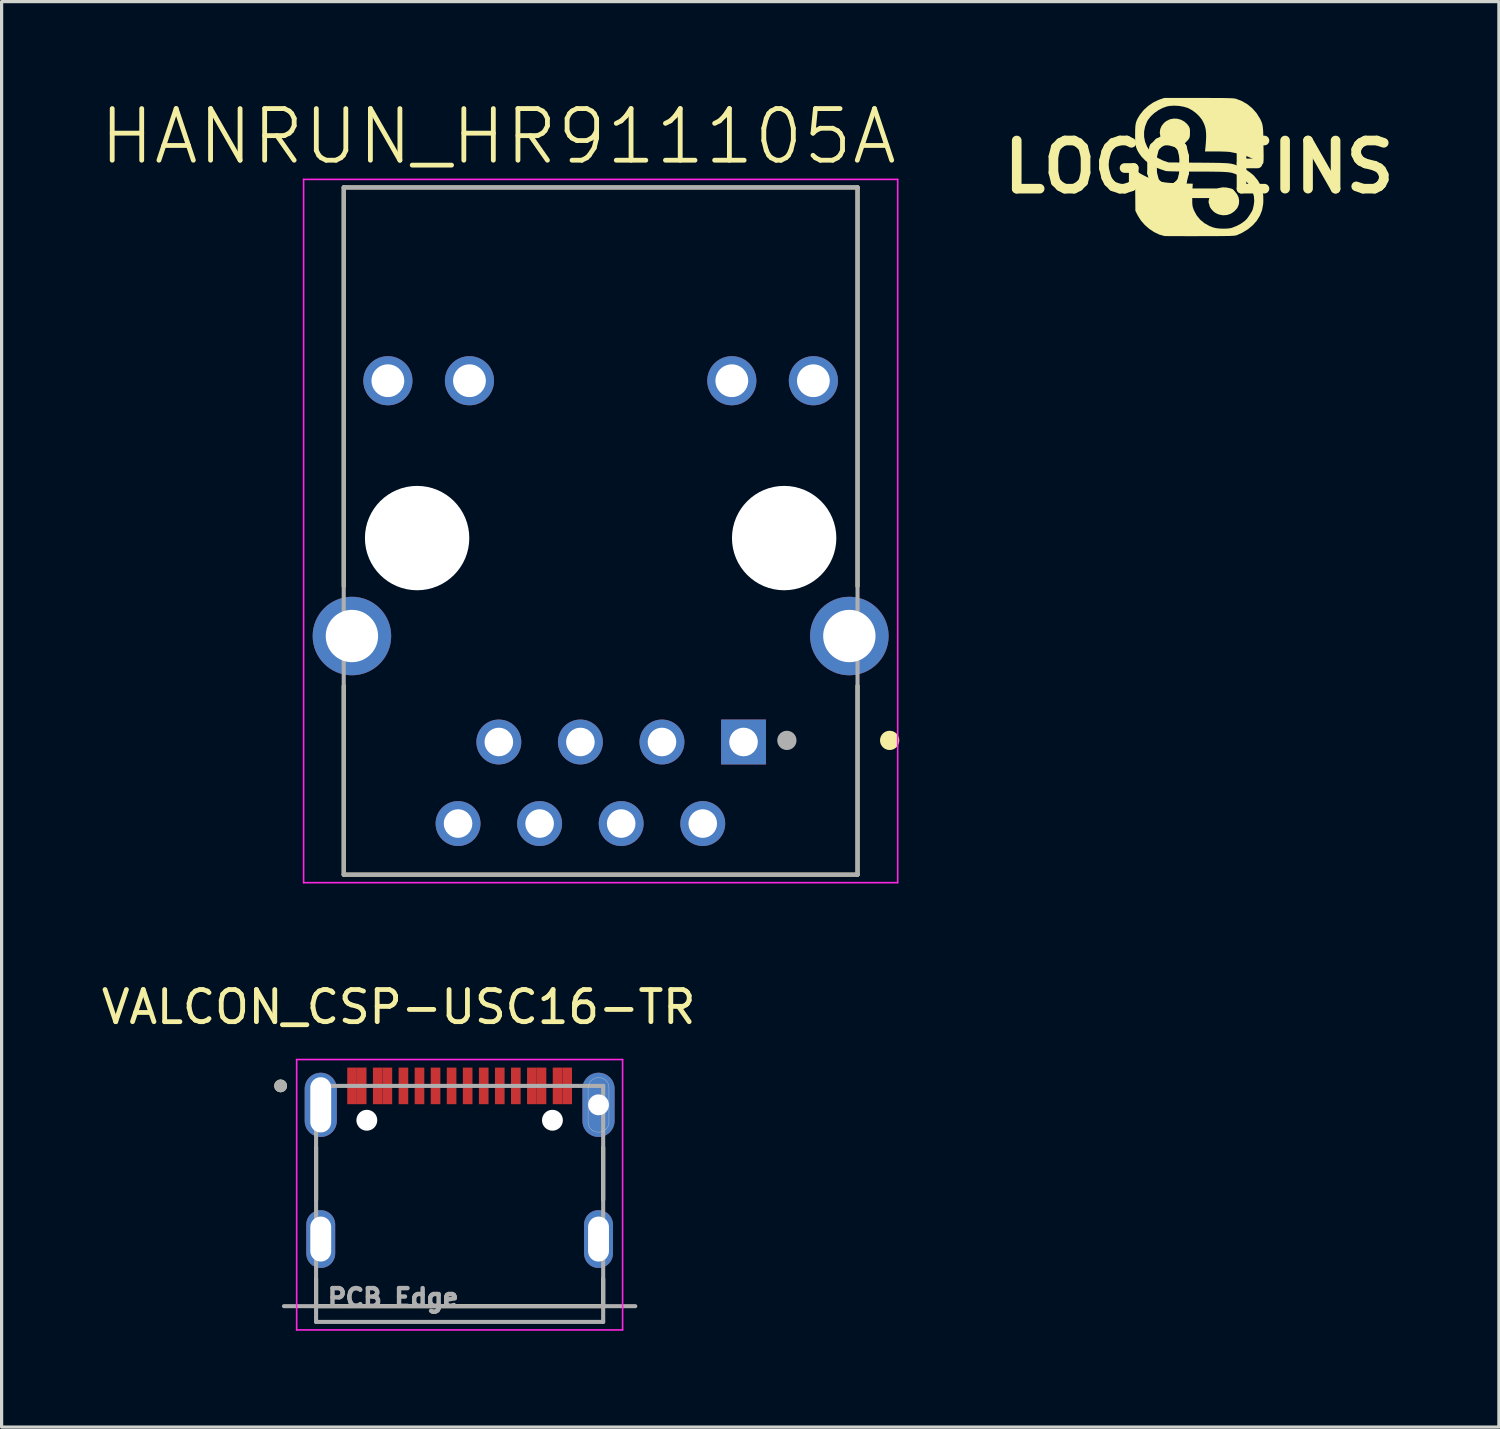
<source format=kicad_pcb>
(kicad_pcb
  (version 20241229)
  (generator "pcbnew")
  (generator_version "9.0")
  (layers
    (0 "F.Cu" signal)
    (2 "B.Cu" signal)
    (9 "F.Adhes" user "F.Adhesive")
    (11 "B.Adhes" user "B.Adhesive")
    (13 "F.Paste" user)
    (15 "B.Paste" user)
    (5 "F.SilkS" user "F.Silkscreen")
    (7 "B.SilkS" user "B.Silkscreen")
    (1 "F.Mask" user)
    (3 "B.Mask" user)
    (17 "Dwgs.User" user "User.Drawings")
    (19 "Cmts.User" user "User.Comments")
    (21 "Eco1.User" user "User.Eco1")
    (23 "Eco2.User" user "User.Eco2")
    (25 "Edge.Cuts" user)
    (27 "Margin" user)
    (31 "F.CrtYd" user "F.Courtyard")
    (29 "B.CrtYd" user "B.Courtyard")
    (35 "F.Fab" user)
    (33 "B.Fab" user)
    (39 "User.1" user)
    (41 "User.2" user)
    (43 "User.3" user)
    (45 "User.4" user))
  (footprint "VALCON_CSP-USC16-TR"
    (layer "F.Cu")
    (at 11.263 30.765)
    (property "Reference" "VALCON_CSP-USC16-TR" (at -1.9 -2.455 0) (layer "F.SilkS") (effects (font (size 1 1) (thickness 0.15))))
    (attr smd)
    (fp_line (start -4.47 1.91) (end -4.47 3.55) (stroke (width 0.127) (type solid)) (layer "F.SilkS"))
    (fp_line (start -4.47 6.86) (end -4.47 6) (stroke (width 0.127) (type solid)) (layer "F.SilkS"))
    (fp_line (start -4.47 6.86) (end 4.47 6.86) (stroke (width 0.127) (type solid)) (layer "F.SilkS"))
    (fp_line (start 4.47 1.91) (end 4.47 3.55) (stroke (width 0.127) (type solid)) (layer "F.SilkS"))
    (fp_line (start 4.47 6.86) (end 4.47 6) (stroke (width 0.127) (type solid)) (layer "F.SilkS"))
    (fp_circle (center -5.575 0) (end -5.475 0) (stroke (width 0.2) (type solid)) (fill no) (layer "F.SilkS"))
    (fp_line (start 4 1.14) (end 4 0.09) (stroke (width 0.01) (type solid)) (layer "Edge.Cuts"))
    (fp_line (start 4.65 0.04) (end 4.65 1.14) (stroke (width 0.01) (type solid)) (layer "Edge.Cuts"))
    (fp_arc (start 4 0.09) (mid 4.087513 -0.151274) (end 4.32 -0.26) (stroke (width 0.01) (type solid)) (layer "Edge.Cuts"))
    (fp_arc (start 4.32 -0.26) (mid 4.547132 -0.178345) (end 4.65 0.04) (stroke (width 0.01) (type solid)) (layer "Edge.Cuts"))
    (fp_arc (start 4.32 1.44) (mid 4.097868 1.356274) (end 4 1.14) (stroke (width 0.01) (type solid)) (layer "Edge.Cuts"))
    (fp_arc (start 4.65 1.14) (mid 4.547132 1.358345) (end 4.32 1.44) (stroke (width 0.01) (type solid)) (layer "Edge.Cuts"))
    (fp_line (start -5.075 -0.82) (end -5.075 7.6) (stroke (width 0.05) (type solid)) (layer "F.CrtYd"))
    (fp_line (start -5.075 7.6) (end 5.075 7.6) (stroke (width 0.05) (type solid)) (layer "F.CrtYd"))
    (fp_line (start 5.075 -0.82) (end -5.075 -0.82) (stroke (width 0.05) (type solid)) (layer "F.CrtYd"))
    (fp_line (start 5.075 7.6) (end 5.075 -0.82) (stroke (width 0.05) (type solid)) (layer "F.CrtYd"))
    (fp_line (start -5.47 6.86) (end 5.47 6.86) (stroke (width 0.127) (type solid)) (layer "F.Fab"))
    (fp_line (start -4.47 0) (end -4.47 7.35) (stroke (width 0.127) (type solid)) (layer "F.Fab"))
    (fp_line (start -4.47 7.35) (end 4.47 7.35) (stroke (width 0.127) (type solid)) (layer "F.Fab"))
    (fp_line (start 4.47 0) (end -4.47 0) (stroke (width 0.127) (type solid)) (layer "F.Fab"))
    (fp_line (start 4.47 7.35) (end 4.47 0) (stroke (width 0.127) (type solid)) (layer "F.Fab"))
    (fp_circle (center -5.575 0) (end -5.475 0) (stroke (width 0.2) (type solid)) (fill no) (layer "F.Fab"))
    (fp_text user "PCB Edge" (at -2.07 6.6 0) (layer "F.Fab") (effects (font (size 0.551 0.551) (thickness 0.138))))
    (pad "" np_thru_hole circle (at -2.89 1.07) (size 0.65 0.65) (drill 0.65) (layers "*.Cu" "*.Mask"))
    (pad "" np_thru_hole circle (at 2.89 1.07) (size 0.65 0.65) (drill 0.65) (layers "*.Cu" "*.Mask"))
    (pad "A1" smd rect (at -3.35 0) (size 0.3 1.14) (layers "F.Cu" "F.Mask" "F.Paste"))
    (pad "A4" smd rect (at -2.55 0) (size 0.3 1.14) (layers "F.Cu" "F.Mask" "F.Paste"))
    (pad "A5" smd rect (at -1.25 0) (size 0.3 1.14) (layers "F.Cu" "F.Mask" "F.Paste"))
    (pad "A6" smd rect (at -0.25 0) (size 0.3 1.14) (layers "F.Cu" "F.Mask" "F.Paste"))
    (pad "A7" smd rect (at 0.25 0) (size 0.3 1.14) (layers "F.Cu" "F.Mask" "F.Paste"))
    (pad "A8" smd rect (at 1.25 0) (size 0.3 1.14) (layers "F.Cu" "F.Mask" "F.Paste"))
    (pad "A9" smd rect (at 2.55 0) (size 0.3 1.14) (layers "F.Cu" "F.Mask" "F.Paste"))
    (pad "A12" smd rect (at 3.35 0) (size 0.3 1.14) (layers "F.Cu" "F.Mask" "F.Paste"))
    (pad "B1" smd rect (at 3.05 0) (size 0.3 1.14) (layers "F.Cu" "F.Mask" "F.Paste"))
    (pad "B4" smd rect (at 2.25 0) (size 0.3 1.14) (layers "F.Cu" "F.Mask" "F.Paste"))
    (pad "B5" smd rect (at 1.75 0) (size 0.3 1.14) (layers "F.Cu" "F.Mask" "F.Paste"))
    (pad "B6" smd rect (at 0.75 0) (size 0.3 1.14) (layers "F.Cu" "F.Mask" "F.Paste"))
    (pad "B7" smd rect (at -0.75 0) (size 0.3 1.14) (layers "F.Cu" "F.Mask" "F.Paste"))
    (pad "B8" smd rect (at -1.75 0) (size 0.3 1.14) (layers "F.Cu" "F.Mask" "F.Paste"))
    (pad "B9" smd rect (at -2.25 0) (size 0.3 1.14) (layers "F.Cu" "F.Mask" "F.Paste"))
    (pad "B12" smd rect (at -3.05 0) (size 0.3 1.14) (layers "F.Cu" "F.Mask" "F.Paste"))
    (pad "S1" thru_hole oval (at -4.325 0.59) (size 1 2) (drill oval 0.65 1.72) (layers "*.Cu" "*.Mask"))
    (pad "S2" thru_hole oval (at 4.325 0.59) (size 1 2) (drill 0.65) (layers "*.Cu" "*.Mask"))
    (pad "S3" thru_hole oval (at -4.325 4.77) (size 0.9 1.8) (drill oval 0.65 1.4) (layers "*.Cu" "*.Mask"))
    (pad "S4" thru_hole oval (at 4.325 4.77) (size 0.9 1.8) (drill oval 0.65 1.4) (layers "*.Cu" "*.Mask")))
  (footprint "HANRUN_HR911105A"
    (layer "F.Cu")
    (at 15.654 13.706)
    (property "Reference" "HANRUN_HR911105A" (at -3.188 -12.503 0) (layer "F.SilkS") (effects (font (size 1.608 1.608) (thickness 0.15))))
    (attr through_hole)
    (fp_line (start -8 -10.92) (end -8 1.5) (stroke (width 0.127) (type solid)) (layer "F.SilkS"))
    (fp_line (start -8 4.6) (end -8 10.48) (stroke (width 0.127) (type solid)) (layer "F.SilkS"))
    (fp_line (start 8 -10.92) (end -8 -10.92) (stroke (width 0.127) (type solid)) (layer "F.SilkS"))
    (fp_line (start 8 -10.92) (end 8 1.5) (stroke (width 0.127) (type solid)) (layer "F.SilkS"))
    (fp_line (start 8 4.6) (end 8 10.48) (stroke (width 0.127) (type solid)) (layer "F.SilkS"))
    (fp_line (start 8 10.48) (end -8 10.48) (stroke (width 0.127) (type solid)) (layer "F.SilkS"))
    (fp_circle (center 9 6.3) (end 9.15 6.3) (stroke (width 0.3) (type solid)) (fill no) (layer "F.SilkS"))
    (fp_line (start -9.25 -11.17) (end -9.25 10.73) (stroke (width 0.05) (type solid)) (layer "F.CrtYd"))
    (fp_line (start -9.25 10.73) (end 9.25 10.73) (stroke (width 0.05) (type solid)) (layer "F.CrtYd"))
    (fp_line (start 9.25 -11.17) (end -9.25 -11.17) (stroke (width 0.05) (type solid)) (layer "F.CrtYd"))
    (fp_line (start 9.25 10.73) (end 9.25 -11.17) (stroke (width 0.05) (type solid)) (layer "F.CrtYd"))
    (fp_line (start -8 -10.92) (end -8 10.48) (stroke (width 0.127) (type solid)) (layer "F.Fab"))
    (fp_line (start -8 10.48) (end 8 10.48) (stroke (width 0.127) (type solid)) (layer "F.Fab"))
    (fp_line (start 8 -10.92) (end -8 -10.92) (stroke (width 0.127) (type solid)) (layer "F.Fab"))
    (fp_line (start 8 10.48) (end 8 -10.92) (stroke (width 0.127) (type solid)) (layer "F.Fab"))
    (fp_circle (center 5.8 6.3) (end 5.95 6.3) (stroke (width 0.3) (type solid)) (fill no) (layer "F.Fab"))
    (pad "" np_thru_hole circle (at -5.715 0) (size 3.25 3.25) (drill 3.25) (layers "*.Cu" "*.Mask"))
    (pad "" np_thru_hole circle (at 5.715 0) (size 3.25 3.25) (drill 3.25) (layers "*.Cu" "*.Mask"))
    (pad "1" thru_hole rect (at 4.45 6.35) (size 1.398 1.398) (drill 0.89) (layers "*.Cu" "*.Mask"))
    (pad "2" thru_hole circle (at 3.18 8.89) (size 1.398 1.398) (drill 0.89) (layers "*.Cu" "*.Mask"))
    (pad "3" thru_hole circle (at 1.91 6.35) (size 1.398 1.398) (drill 0.89) (layers "*.Cu" "*.Mask"))
    (pad "4" thru_hole circle (at 0.64 8.89) (size 1.398 1.398) (drill 0.89) (layers "*.Cu" "*.Mask"))
    (pad "5" thru_hole circle (at -0.63 6.35) (size 1.398 1.398) (drill 0.89) (layers "*.Cu" "*.Mask"))
    (pad "6" thru_hole circle (at -1.9 8.89) (size 1.398 1.398) (drill 0.89) (layers "*.Cu" "*.Mask"))
    (pad "7" thru_hole circle (at -3.17 6.35) (size 1.398 1.398) (drill 0.89) (layers "*.Cu" "*.Mask"))
    (pad "8" thru_hole circle (at -4.44 8.89) (size 1.398 1.398) (drill 0.89) (layers "*.Cu" "*.Mask"))
    (pad "9" thru_hole circle (at 6.625 -4.9) (size 1.53 1.53) (drill 1.02) (layers "*.Cu" "*.Mask"))
    (pad "10" thru_hole circle (at 4.085 -4.9) (size 1.53 1.53) (drill 1.02) (layers "*.Cu" "*.Mask"))
    (pad "11" thru_hole circle (at -4.085 -4.9) (size 1.53 1.53) (drill 1.02) (layers "*.Cu" "*.Mask"))
    (pad "12" thru_hole circle (at -6.625 -4.9) (size 1.53 1.53) (drill 1.02) (layers "*.Cu" "*.Mask"))
    (pad "15" thru_hole circle (at 7.745 3.05) (size 2.445 2.445) (drill 1.63) (layers "*.Cu" "*.Mask"))
    (pad "16" thru_hole circle (at -7.745 3.05) (size 2.445 2.445) (drill 1.63) (layers "*.Cu" "*.Mask")))
  (footprint "LOGO_EINS"
    (layer "F.Cu")
    (at 34.29 2.147)
    (property "Reference" "LOGO_EINS" (at 0 0 0) (layer "F.SilkS") (effects (font (size 1.5 1.5) (thickness 0.3))))
    (attr board_only exclude_from_pos_files exclude_from_bom)
    (fp_poly (pts (xy 0.861 0.643) (xy 0.917 0.656) (xy 1.026 0.702) (xy 1.117 0.77) (xy 1.185 0.855) (xy 1.23 0.951) (xy 1.248 1.054) (xy 1.24 1.159) (xy 1.201 1.26) (xy 1.178 1.296) (xy 1.09 1.391) (xy 0.986 1.459) (xy 0.869 1.499) (xy 0.745 1.507) (xy 0.624 1.485) (xy 0.56 1.46) (xy 0.498 1.426) (xy 0.49 1.421) (xy 0.44 1.38) (xy 0.392 1.328) (xy 0.353 1.276) (xy 0.33 1.232) (xy 0.327 1.216) (xy 0.319 1.178) (xy 0.306 1.143) (xy 0.296 1.106) (xy 0.298 1.059) (xy 0.309 1) (xy 0.353 0.883) (xy 0.422 0.785) (xy 0.511 0.709) (xy 0.617 0.659) (xy 0.735 0.636)) (stroke (width 0) (type solid)) (fill yes) (layer "F.SilkS"))
    (fp_poly (pts (xy -0.678 -1.5) (xy -0.563 -1.468) (xy -0.457 -1.41) (xy -0.368 -1.329) (xy -0.341 -1.293) (xy -0.312 -1.25) (xy -0.296 -1.214) (xy -0.287 -1.174) (xy -0.284 -1.118) (xy -0.284 -1.065) (xy -0.286 -0.992) (xy -0.291 -0.942) (xy -0.302 -0.904) (xy -0.322 -0.869) (xy -0.341 -0.842) (xy -0.424 -0.755) (xy -0.531 -0.686) (xy -0.652 -0.642) (xy -0.652 -0.642) (xy -0.705 -0.63) (xy -0.743 -0.622) (xy -0.756 -0.621) (xy -0.776 -0.625) (xy -0.818 -0.635) (xy -0.85 -0.643) (xy -0.97 -0.684) (xy -1.06 -0.74) (xy -1.076 -0.754) (xy -1.157 -0.85) (xy -1.206 -0.955) (xy -1.224 -1.064) (xy -1.211 -1.172) (xy -1.168 -1.275) (xy -1.094 -1.368) (xy -1.02 -1.428) (xy -0.913 -1.481) (xy -0.797 -1.504)) (stroke (width 0) (type solid)) (fill yes) (layer "F.SilkS"))
    (fp_poly (pts (xy 0.211 -2.147) (xy 0.402 -2.146) (xy 0.565 -2.146) (xy 0.702 -2.145) (xy 0.814 -2.143) (xy 0.906 -2.141) (xy 0.979 -2.139) (xy 1.037 -2.136) (xy 1.081 -2.132) (xy 1.115 -2.128) (xy 1.141 -2.123) (xy 1.152 -2.12) (xy 1.336 -2.049) (xy 1.506 -1.949) (xy 1.659 -1.823) (xy 1.79 -1.674) (xy 1.896 -1.504) (xy 1.91 -1.477) (xy 1.932 -1.429) (xy 1.951 -1.385) (xy 1.965 -1.341) (xy 1.977 -1.292) (xy 1.985 -1.235) (xy 1.992 -1.165) (xy 1.997 -1.078) (xy 2 -0.97) (xy 2.003 -0.836) (xy 2.005 -0.672) (xy 2.005 -0.665) (xy 2.008 -0.503) (xy 2.01 -0.371) (xy 2.01 -0.269) (xy 2.008 -0.192) (xy 2.003 -0.138) (xy 1.994 -0.105) (xy 1.98 -0.089) (xy 1.961 -0.088) (xy 1.936 -0.099) (xy 1.904 -0.119) (xy 1.864 -0.145) (xy 1.861 -0.147) (xy 1.781 -0.194) (xy 1.68 -0.246) (xy 1.573 -0.296) (xy 1.503 -0.326) (xy 1.36 -0.375) (xy 1.184 -0.421) (xy 0.974 -0.462) (xy 0.969 -0.463) (xy 0.919 -0.469) (xy 0.842 -0.473) (xy 0.745 -0.477) (xy 0.637 -0.48) (xy 0.525 -0.481) (xy 0.184 -0.481) (xy 0.196 -0.588) (xy 0.212 -0.77) (xy 0.22 -0.923) (xy 0.218 -1.053) (xy 0.206 -1.166) (xy 0.183 -1.265) (xy 0.147 -1.358) (xy 0.1 -1.448) (xy 0.079 -1.482) (xy 0.001 -1.581) (xy -0.1 -1.678) (xy -0.214 -1.762) (xy -0.329 -1.825) (xy -0.352 -1.835) (xy -0.483 -1.874) (xy -0.629 -1.899) (xy -0.778 -1.907) (xy -0.919 -1.898) (xy -1.003 -1.882) (xy -1.139 -1.833) (xy -1.273 -1.762) (xy -1.398 -1.673) (xy -1.506 -1.572) (xy -1.591 -1.465) (xy -1.621 -1.413) (xy -1.683 -1.254) (xy -1.713 -1.093) (xy -1.712 -0.934) (xy -1.681 -0.78) (xy -1.622 -0.635) (xy -1.537 -0.501) (xy -1.426 -0.382) (xy -1.291 -0.281) (xy -1.133 -0.202) (xy -1.082 -0.183) (xy -0.953 -0.139) (xy -0.026 -0.131) (xy 0.185 -0.13) (xy 0.365 -0.128) (xy 0.516 -0.126) (xy 0.643 -0.124) (xy 0.748 -0.12) (xy 0.835 -0.116) (xy 0.907 -0.111) (xy 0.966 -0.104) (xy 1.017 -0.095) (xy 1.062 -0.085) (xy 1.105 -0.072) (xy 1.148 -0.057) (xy 1.185 -0.044) (xy 1.239 -0.024) (xy 1.284 -0.009) (xy 1.297 -0.005) (xy 1.345 0.017) (xy 1.412 0.055) (xy 1.489 0.104) (xy 1.567 0.159) (xy 1.639 0.214) (xy 1.696 0.263) (xy 1.711 0.278) (xy 1.827 0.417) (xy 1.912 0.563) (xy 1.969 0.719) (xy 1.998 0.889) (xy 2.001 1.078) (xy 1.994 1.172) (xy 1.96 1.351) (xy 1.893 1.52) (xy 1.797 1.676) (xy 1.671 1.818) (xy 1.518 1.944) (xy 1.339 2.053) (xy 1.196 2.118) (xy 1.177 2.126) (xy 1.157 2.132) (xy 1.134 2.137) (xy 1.105 2.142) (xy 1.066 2.145) (xy 1.016 2.148) (xy 0.952 2.151) (xy 0.87 2.152) (xy 0.768 2.154) (xy 0.644 2.155) (xy 0.495 2.156) (xy 0.318 2.156) (xy 0.109 2.157) (xy 0.034 2.157) (xy -0.156 2.158) (xy -0.336 2.158) (xy -0.504 2.157) (xy -0.657 2.157) (xy -0.791 2.157) (xy -0.904 2.156) (xy -0.991 2.155) (xy -1.051 2.154) (xy -1.08 2.152) (xy -1.082 2.152) (xy -1.242 2.107) (xy -1.4 2.031) (xy -1.551 1.931) (xy -1.69 1.81) (xy -1.81 1.672) (xy -1.906 1.522) (xy -1.92 1.495) (xy -1.984 1.367) (xy -1.989 0.752) (xy -1.99 0.585) (xy -1.991 0.449) (xy -1.991 0.342) (xy -1.989 0.261) (xy -1.985 0.203) (xy -1.977 0.166) (xy -1.965 0.146) (xy -1.949 0.14) (xy -1.927 0.147) (xy -1.899 0.163) (xy -1.865 0.186) (xy -1.851 0.195) (xy -1.797 0.227) (xy -1.731 0.262) (xy -1.662 0.297) (xy -1.597 0.328) (xy -1.545 0.35) (xy -1.513 0.36) (xy -1.51 0.361) (xy -1.482 0.368) (xy -1.464 0.377) (xy -1.417 0.396) (xy -1.343 0.419) (xy -1.249 0.444) (xy -1.141 0.47) (xy -1.13 0.472) (xy -1.053 0.485) (xy -0.949 0.496) (xy -0.815 0.504) (xy -0.65 0.511) (xy -0.597 0.513) (xy -0.197 0.524) (xy -0.206 0.687) (xy -0.21 0.779) (xy -0.212 0.887) (xy -0.213 0.995) (xy -0.213 1.039) (xy -0.212 1.127) (xy -0.207 1.191) (xy -0.198 1.244) (xy -0.182 1.295) (xy -0.158 1.357) (xy -0.158 1.357) (xy -0.074 1.512) (xy 0.036 1.645) (xy 0.171 1.756) (xy 0.33 1.844) (xy 0.451 1.889) (xy 0.537 1.908) (xy 0.643 1.92) (xy 0.757 1.924) (xy 0.869 1.921) (xy 0.967 1.91) (xy 1.023 1.896) (xy 1.173 1.838) (xy 1.31 1.764) (xy 1.425 1.68) (xy 1.474 1.632) (xy 1.512 1.587) (xy 1.555 1.526) (xy 1.598 1.46) (xy 1.636 1.397) (xy 1.662 1.346) (xy 1.671 1.322) (xy 1.682 1.277) (xy 1.696 1.221) (xy 1.699 1.211) (xy 1.718 1.069) (xy 1.708 0.923) (xy 1.669 0.778) (xy 1.605 0.638) (xy 1.519 0.509) (xy 1.412 0.395) (xy 1.287 0.301) (xy 1.202 0.255) (xy 1.154 0.233) (xy 1.11 0.214) (xy 1.067 0.199) (xy 1.021 0.186) (xy 0.969 0.175) (xy 0.909 0.167) (xy 0.837 0.161) (xy 0.75 0.156) (xy 0.645 0.152) (xy 0.518 0.15) (xy 0.368 0.148) (xy 0.19 0.147) (xy -0.019 0.147) (xy -0.077 0.147) (xy -0.317 0.146) (xy -0.522 0.144) (xy -0.693 0.142) (xy -0.831 0.139) (xy -0.935 0.136) (xy -1.006 0.132) (xy -1.043 0.127) (xy -1.048 0.126) (xy -1.087 0.111) (xy -1.145 0.091) (xy -1.194 0.076) (xy -1.362 0.01) (xy -1.522 -0.08) (xy -1.667 -0.19) (xy -1.789 -0.314) (xy -1.853 -0.401) (xy -1.9 -0.476) (xy -1.935 -0.544) (xy -1.96 -0.612) (xy -1.977 -0.685) (xy -1.987 -0.773) (xy -1.991 -0.881) (xy -1.992 -1.002) (xy -1.991 -1.134) (xy -1.986 -1.24) (xy -1.977 -1.325) (xy -1.96 -1.398) (xy -1.934 -1.465) (xy -1.898 -1.533) (xy -1.849 -1.611) (xy -1.836 -1.632) (xy -1.723 -1.773) (xy -1.584 -1.899) (xy -1.428 -2.006) (xy -1.26 -2.087) (xy -1.216 -2.103) (xy -1.084 -2.147) (xy -0.013 -2.147)) (stroke (width 0) (type solid)) (fill yes) (layer "F.SilkS")))
  (gr_rect
    (start -3 -3)
    (end 43.626 41.39)
    (stroke (width 0.1) (type default))
    (fill no)
    (layer "Edge.Cuts")))
</source>
